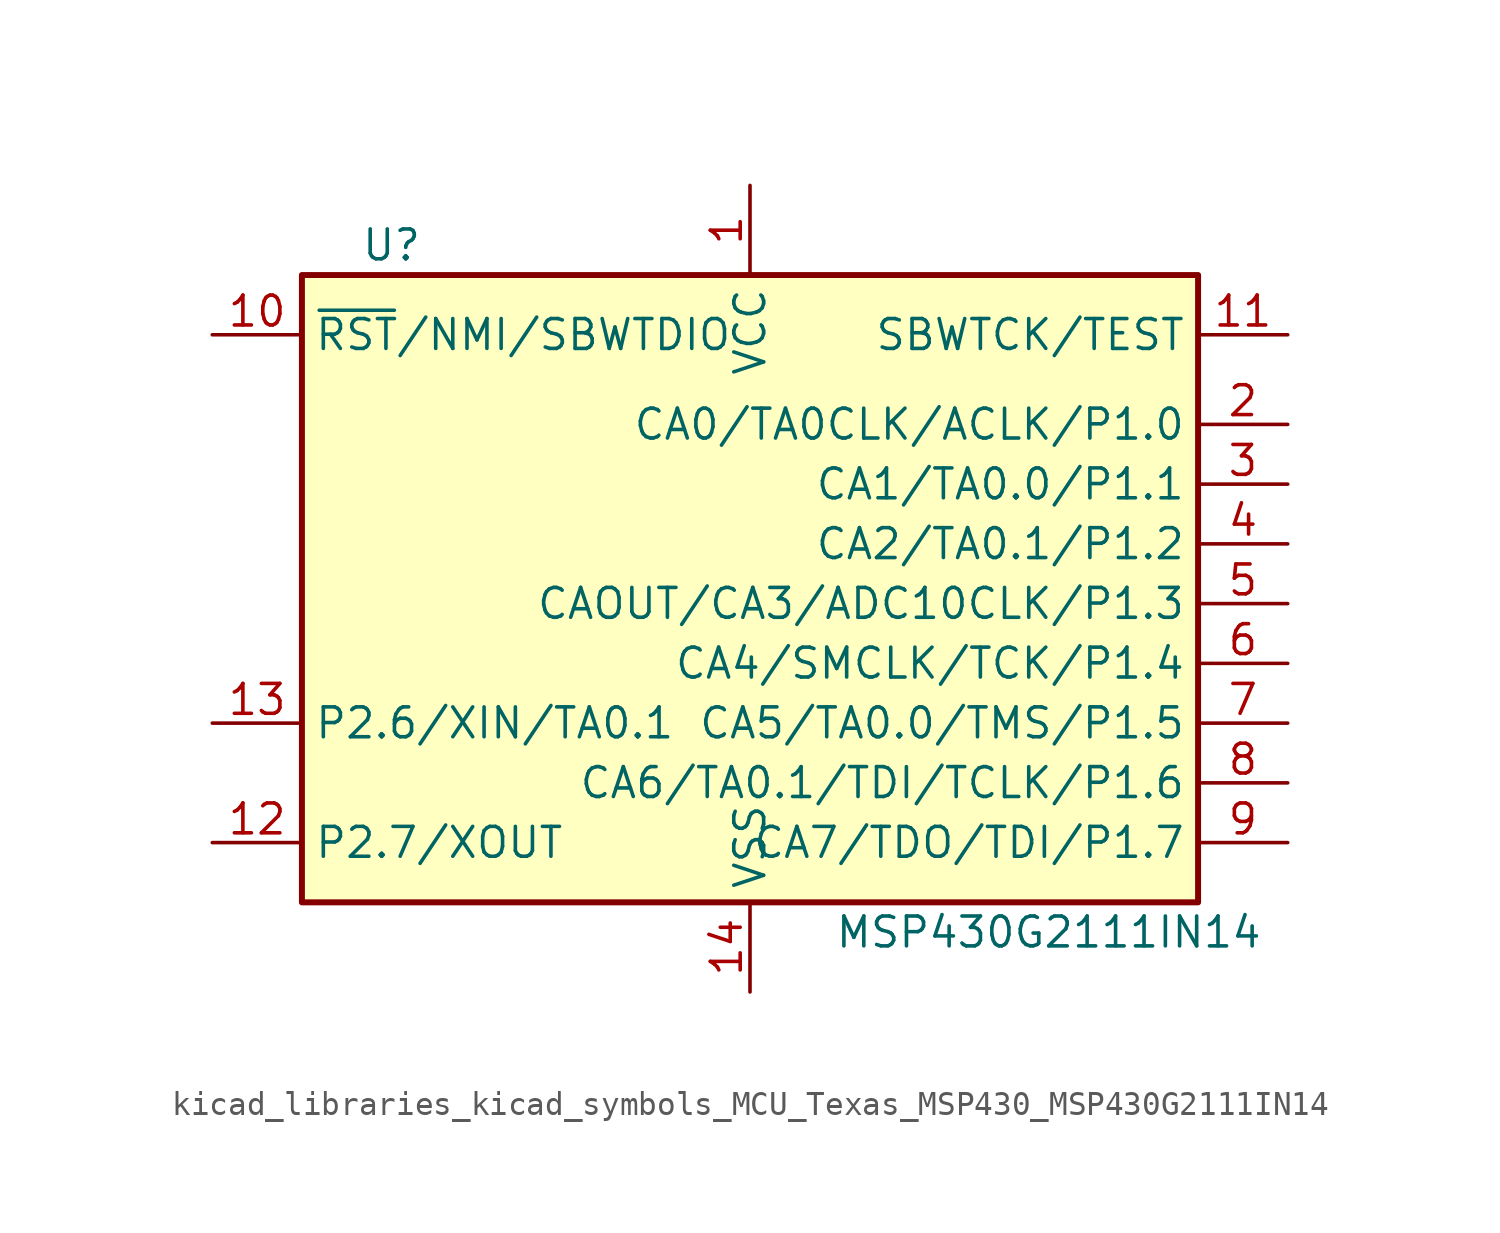
<source format=kicad_sym>
(kicad_symbol_lib
  (version 20220914)
  (generator kicad_symbol_editor)
  (symbol "kicad_libraries_kicad_symbols_MCU_Texas_MSP430_MSP430G2111IN14"
    (property "Reference" "U"
      (at -15.24 15.24 0)
      (effects (font (size 1.27 1.27))))
    (property "Value" "MSP430G2111IN14"
      (at 12.7 -13.97 0)
      (effects (font (size 1.27 1.27))))
    (symbol "kicad_libraries_kicad_symbols_MCU_Texas_MSP430_MSP430G2111IN14_0_1"
      (rectangle (start -19.05 13.97) (end 19.05 -12.7) (stroke (width 0.254) (type default)) (fill (type background))))
    (symbol "kicad_libraries_kicad_symbols_MCU_Texas_MSP430_MSP430G2111IN14_1_1"
      (pin power_in line (at 0 17.78 270) (length 3.81) (name "VCC" (effects (font (size 1.27 1.27)))) (number "1" (effects (font (size 1.27 1.27)))))
      (pin input line (at -22.86 11.43 0) (length 3.81) (name "~{RST}/NMI/SBWTDIO" (effects (font (size 1.27 1.27)))) (number "10" (effects (font (size 1.27 1.27)))))
      (pin input line (at 22.86 11.43 180) (length 3.81) (name "SBWTCK/TEST" (effects (font (size 1.27 1.27)))) (number "11" (effects (font (size 1.27 1.27)))))
      (pin bidirectional line (at -22.86 -10.16 0) (length 3.81) (name "P2.7/XOUT" (effects (font (size 1.27 1.27)))) (number "12" (effects (font (size 1.27 1.27)))))
      (pin bidirectional line (at -22.86 -5.08 0) (length 3.81) (name "P2.6/XIN/TA0.1" (effects (font (size 1.27 1.27)))) (number "13" (effects (font (size 1.27 1.27)))))
      (pin power_in line (at 0 -16.51 90) (length 3.81) (name "VSS" (effects (font (size 1.27 1.27)))) (number "14" (effects (font (size 1.27 1.27)))))
      (pin bidirectional line (at 22.86 7.62 180) (length 3.81) (name "CA0/TA0CLK/ACLK/P1.0" (effects (font (size 1.27 1.27)))) (number "2" (effects (font (size 1.27 1.27)))))
      (pin bidirectional line (at 22.86 5.08 180) (length 3.81) (name "CA1/TA0.0/P1.1" (effects (font (size 1.27 1.27)))) (number "3" (effects (font (size 1.27 1.27)))))
      (pin bidirectional line (at 22.86 2.54 180) (length 3.81) (name "CA2/TA0.1/P1.2" (effects (font (size 1.27 1.27)))) (number "4" (effects (font (size 1.27 1.27)))))
      (pin bidirectional line (at 22.86 0 180) (length 3.81) (name "CAOUT/CA3/ADC10CLK/P1.3" (effects (font (size 1.27 1.27)))) (number "5" (effects (font (size 1.27 1.27)))))
      (pin bidirectional line (at 22.86 -2.54 180) (length 3.81) (name "CA4/SMCLK/TCK/P1.4" (effects (font (size 1.27 1.27)))) (number "6" (effects (font (size 1.27 1.27)))))
      (pin bidirectional line (at 22.86 -5.08 180) (length 3.81) (name "CA5/TA0.0/TMS/P1.5" (effects (font (size 1.27 1.27)))) (number "7" (effects (font (size 1.27 1.27)))))
      (pin bidirectional line (at 22.86 -7.62 180) (length 3.81) (name "CA6/TA0.1/TDI/TCLK/P1.6" (effects (font (size 1.27 1.27)))) (number "8" (effects (font (size 1.27 1.27)))))
      (pin bidirectional line (at 22.86 -10.16 180) (length 3.81) (name "CA7/TDO/TDI/P1.7" (effects (font (size 1.27 1.27)))) (number "9" (effects (font (size 1.27 1.27))))))))
</source>
